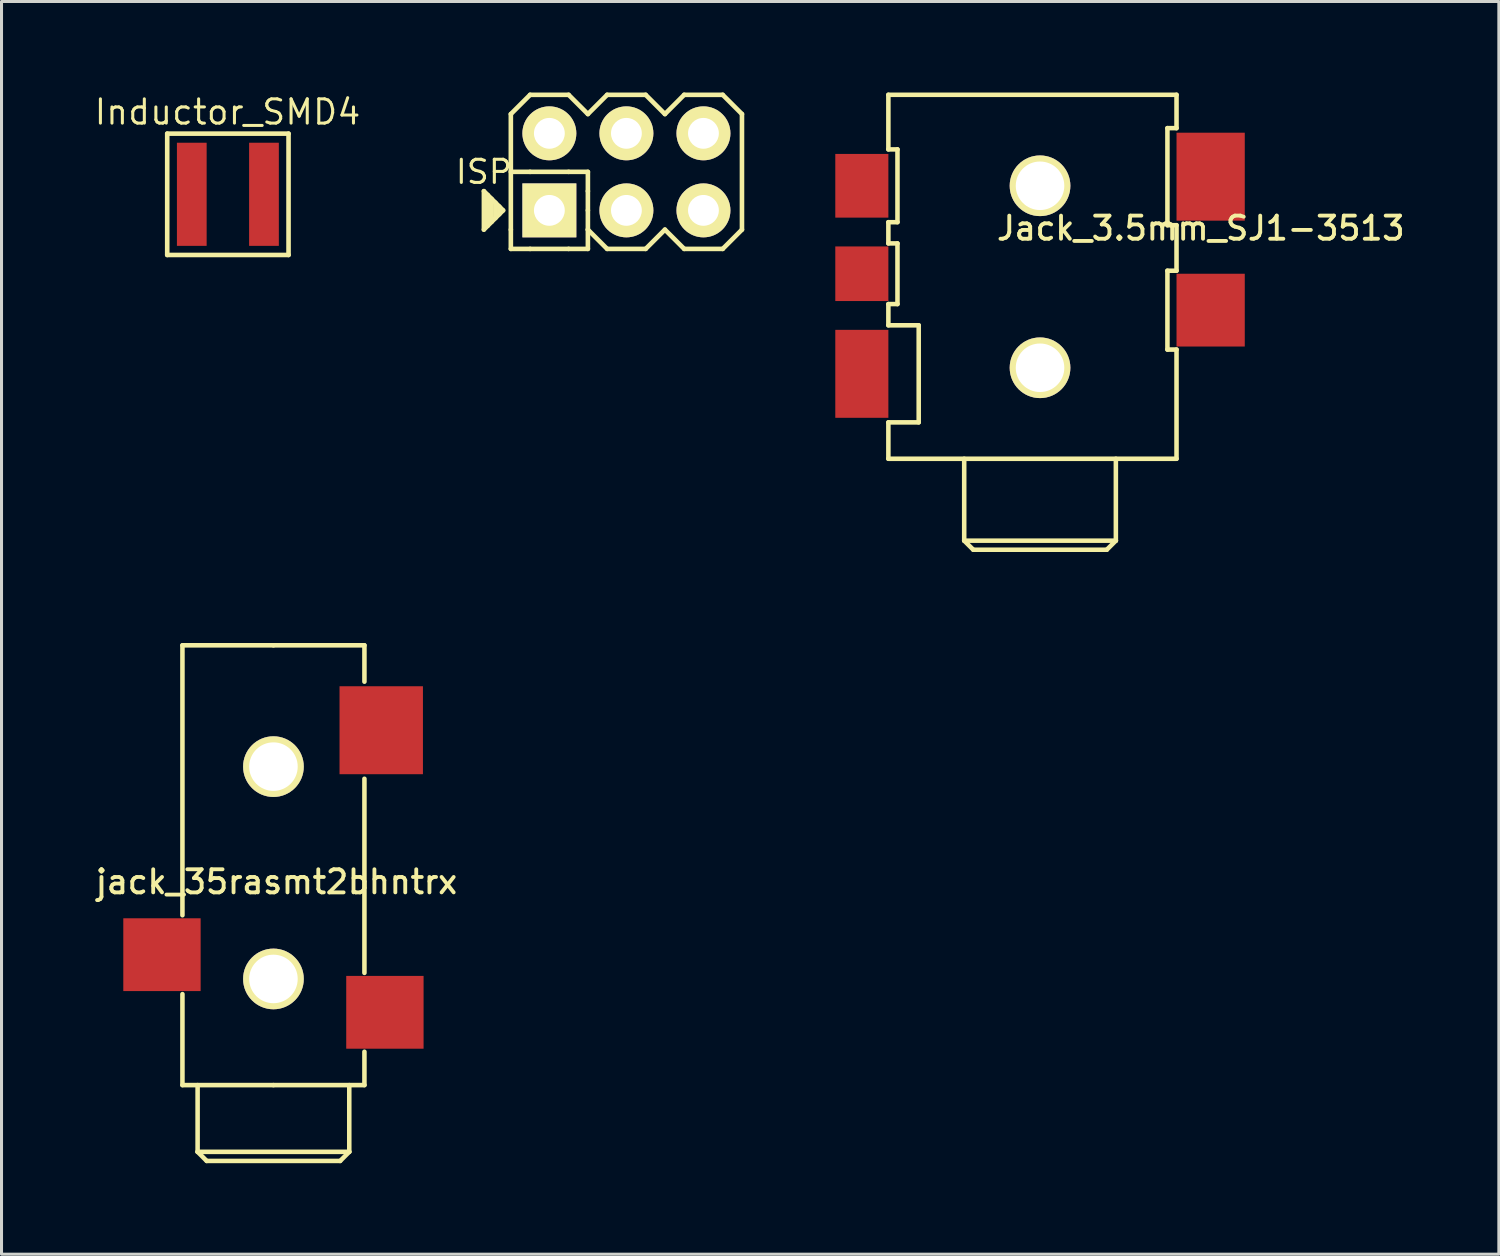
<source format=kicad_pcb>
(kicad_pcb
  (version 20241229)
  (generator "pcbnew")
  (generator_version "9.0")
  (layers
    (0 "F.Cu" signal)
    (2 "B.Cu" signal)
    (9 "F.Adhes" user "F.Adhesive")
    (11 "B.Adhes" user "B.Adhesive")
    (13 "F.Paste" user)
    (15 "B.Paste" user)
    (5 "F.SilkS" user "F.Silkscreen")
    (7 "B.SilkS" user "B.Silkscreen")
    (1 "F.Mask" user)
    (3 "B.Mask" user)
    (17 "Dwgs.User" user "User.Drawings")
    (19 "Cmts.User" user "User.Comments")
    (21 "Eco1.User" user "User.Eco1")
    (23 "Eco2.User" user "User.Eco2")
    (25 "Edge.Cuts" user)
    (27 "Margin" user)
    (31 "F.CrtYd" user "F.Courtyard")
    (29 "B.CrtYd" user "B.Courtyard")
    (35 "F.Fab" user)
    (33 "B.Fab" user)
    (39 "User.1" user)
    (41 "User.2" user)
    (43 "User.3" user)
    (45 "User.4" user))
  (footprint "Jack_3.5mm_SJ1-3513"
    (layer "F.Cu")
    (at 31.239 12.075)
    (property "Reference" "Jack_3.5mm_SJ1-3513" (at 5.3 -7.6 0) (layer "F.SilkS") (effects (font (size 0.762 0.762) (thickness 0.127))))
    (attr through_hole)
    (fp_line (start -5 -12) (end -5 -10.2) (stroke (width 0.15) (type solid)) (layer "F.SilkS"))
    (fp_line (start -5 -7.8) (end -5 -7.1) (stroke (width 0.15) (type solid)) (layer "F.SilkS"))
    (fp_line (start -5 -7.8) (end -4.7 -7.8) (stroke (width 0.15) (type solid)) (layer "F.SilkS"))
    (fp_line (start -5 -5.1) (end -5 -4.4) (stroke (width 0.15) (type solid)) (layer "F.SilkS"))
    (fp_line (start -5 -5.1) (end -4.7 -5.1) (stroke (width 0.15) (type solid)) (layer "F.SilkS"))
    (fp_line (start -5 -1.2) (end -5 0) (stroke (width 0.15) (type solid)) (layer "F.SilkS"))
    (fp_line (start -5 -1.2) (end -4 -1.2) (stroke (width 0.15) (type solid)) (layer "F.SilkS"))
    (fp_line (start -5 0) (end 4.5 0) (stroke (width 0.15) (type solid)) (layer "F.SilkS"))
    (fp_line (start -4.7 -10.2) (end -5 -10.2) (stroke (width 0.15) (type solid)) (layer "F.SilkS"))
    (fp_line (start -4.7 -7.8) (end -4.7 -10.2) (stroke (width 0.15) (type solid)) (layer "F.SilkS"))
    (fp_line (start -4.7 -7.1) (end -5 -7.1) (stroke (width 0.15) (type solid)) (layer "F.SilkS"))
    (fp_line (start -4.7 -5.1) (end -4.7 -7.1) (stroke (width 0.15) (type solid)) (layer "F.SilkS"))
    (fp_line (start -4 -4.4) (end -5 -4.4) (stroke (width 0.15) (type solid)) (layer "F.SilkS"))
    (fp_line (start -4 -1.2) (end -4 -4.4) (stroke (width 0.15) (type solid)) (layer "F.SilkS"))
    (fp_line (start -2.5 2.7) (end -2.5 0) (stroke (width 0.15) (type solid)) (layer "F.SilkS"))
    (fp_line (start -2.5 2.7) (end -2.2 3) (stroke (width 0.15) (type solid)) (layer "F.SilkS"))
    (fp_line (start -2.2 3) (end 2.2 3) (stroke (width 0.15) (type solid)) (layer "F.SilkS"))
    (fp_line (start 2.2 3) (end 2.5 2.7) (stroke (width 0.15) (type solid)) (layer "F.SilkS"))
    (fp_line (start 2.5 2.7) (end -2.5 2.7) (stroke (width 0.15) (type solid)) (layer "F.SilkS"))
    (fp_line (start 2.5 2.7) (end 2.5 0) (stroke (width 0.15) (type solid)) (layer "F.SilkS"))
    (fp_line (start 4.2 -10.9) (end 4.2 -7.7) (stroke (width 0.15) (type solid)) (layer "F.SilkS"))
    (fp_line (start 4.2 -7.7) (end 4.5 -7.7) (stroke (width 0.15) (type solid)) (layer "F.SilkS"))
    (fp_line (start 4.2 -6.2) (end 4.2 -3.6) (stroke (width 0.15) (type solid)) (layer "F.SilkS"))
    (fp_line (start 4.2 -3.6) (end 4.5 -3.6) (stroke (width 0.15) (type solid)) (layer "F.SilkS"))
    (fp_line (start 4.5 -12) (end -5 -12) (stroke (width 0.15) (type solid)) (layer "F.SilkS"))
    (fp_line (start 4.5 -10.9) (end 4.2 -10.9) (stroke (width 0.15) (type solid)) (layer "F.SilkS"))
    (fp_line (start 4.5 -10.9) (end 4.5 -12) (stroke (width 0.15) (type solid)) (layer "F.SilkS"))
    (fp_line (start 4.5 -6.2) (end 4.2 -6.2) (stroke (width 0.15) (type solid)) (layer "F.SilkS"))
    (fp_line (start 4.5 -6.2) (end 4.5 -7.7) (stroke (width 0.15) (type solid)) (layer "F.SilkS"))
    (fp_line (start 4.5 0) (end 4.5 -3.6) (stroke (width 0.15) (type solid)) (layer "F.SilkS"))
    (pad "1" smd rect (at -5.875 -2.8 90) (size 2.9 1.75) (layers "F.Cu" "F.Mask" "F.Paste"))
    (pad "1" thru_hole circle (at 0 -9 90) (size 2 2) (drill 1.6) (layers "*.Cu" "*.Mask" "F.SilkS"))
    (pad "1" thru_hole circle (at 0 -3 90) (size 2 2) (drill 1.6) (layers "*.Cu" "*.Mask" "F.SilkS"))
    (pad "2" smd rect (at 5.625 -9.3 90) (size 2.9 2.25) (layers "F.Cu" "F.Mask" "F.Paste"))
    (pad "3" smd rect (at -5.875 -9 90) (size 2.1 1.75) (layers "F.Cu" "F.Mask" "F.Paste"))
    (pad "4" smd rect (at 5.625 -4.9 90) (size 2.4 2.25) (layers "F.Cu" "F.Mask" "F.Paste"))
    (pad "5" smd rect (at -5.875 -6.1 90) (size 1.8 1.75) (layers "F.Cu" "F.Mask" "F.Paste")))
  (footprint "jack_35rasmt2bhntrx"
    (layer "F.Cu")
    (at 5.965 32.725)
    (property "Reference" "jack_35rasmt2bhntrx" (at 0.1 -6.7 0) (layer "F.SilkS") (effects (font (size 0.762 0.762) (thickness 0.127))))
    (attr through_hole)
    (fp_line (start -3 -14.5) (end -3 -5.6) (stroke (width 0.15) (type solid)) (layer "F.SilkS"))
    (fp_line (start -3 -3) (end -3 0) (stroke (width 0.15) (type solid)) (layer "F.SilkS"))
    (fp_line (start -3 0) (end 0 0) (stroke (width 0.15) (type solid)) (layer "F.SilkS"))
    (fp_line (start -2.5 2.2) (end -2.5 0) (stroke (width 0.15) (type solid)) (layer "F.SilkS"))
    (fp_line (start -2.5 2.2) (end -2.2 2.5) (stroke (width 0.15) (type solid)) (layer "F.SilkS"))
    (fp_line (start 0 -14.5) (end -3 -14.5) (stroke (width 0.15) (type solid)) (layer "F.SilkS"))
    (fp_line (start 0 0) (end 3 0) (stroke (width 0.15) (type solid)) (layer "F.SilkS"))
    (fp_line (start 2.2 2.5) (end -2.2 2.5) (stroke (width 0.15) (type solid)) (layer "F.SilkS"))
    (fp_line (start 2.5 2.2) (end -2.5 2.2) (stroke (width 0.15) (type solid)) (layer "F.SilkS"))
    (fp_line (start 2.5 2.2) (end 2.2 2.5) (stroke (width 0.15) (type solid)) (layer "F.SilkS"))
    (fp_line (start 2.5 2.2) (end 2.5 0) (stroke (width 0.15) (type solid)) (layer "F.SilkS"))
    (fp_line (start 3 -14.5) (end 0 -14.5) (stroke (width 0.15) (type solid)) (layer "F.SilkS"))
    (fp_line (start 3 -13.3) (end 3 -14.5) (stroke (width 0.15) (type solid)) (layer "F.SilkS"))
    (fp_line (start 3 -3.7) (end 3 -10.1) (stroke (width 0.15) (type solid)) (layer "F.SilkS"))
    (fp_line (start 3 0) (end 3 -1.1) (stroke (width 0.15) (type solid)) (layer "F.SilkS"))
    (pad "" thru_hole circle (at 0 -10.5) (size 2 2) (drill 1.6) (layers "*.Cu" "*.Mask" "F.SilkS"))
    (pad "" thru_hole circle (at 0 -3.5) (size 2 2) (drill 1.6) (layers "*.Cu" "*.Mask" "F.SilkS"))
    (pad "1" smd rect (at 3.675 -2.4) (size 2.55 2.4) (layers "F.Cu" "F.Mask" "F.Paste"))
    (pad "2" smd rect (at -3.675 -4.3) (size 2.55 2.4) (layers "F.Cu" "F.Mask" "F.Paste"))
    (pad "3" smd rect (at 3.554 -11.7) (size 2.75 2.9) (layers "F.Cu" "F.Mask" "F.Paste")))
  (footprint "ISP"
    (layer "F.Cu")
    (at 17.602 2.616)
    (property "Reference" "ISP" (at -4.699 0 0) (layer "F.SilkS") (effects (font (size 0.762 0.762) (thickness 0.102))))
    (attr through_hole)
    (fp_line (start -4.699 0.635) (end -4.699 1.905) (stroke (width 0.15) (type solid)) (layer "F.SilkS"))
    (fp_line (start -4.699 1.905) (end -4.064 1.27) (stroke (width 0.15) (type solid)) (layer "F.SilkS"))
    (fp_line (start -4.572 0.762) (end -4.572 1.778) (stroke (width 0.15) (type solid)) (layer "F.SilkS"))
    (fp_line (start -4.445 0.889) (end -4.445 1.651) (stroke (width 0.15) (type solid)) (layer "F.SilkS"))
    (fp_line (start -4.318 1.016) (end -4.318 1.524) (stroke (width 0.15) (type solid)) (layer "F.SilkS"))
    (fp_line (start -4.191 1.143) (end -4.191 1.397) (stroke (width 0.15) (type solid)) (layer "F.SilkS"))
    (fp_line (start -4.064 1.27) (end -4.699 0.635) (stroke (width 0.15) (type solid)) (layer "F.SilkS"))
    (fp_line (start -3.81 -1.905) (end -3.175 -2.54) (stroke (width 0.152) (type solid)) (layer "F.SilkS"))
    (fp_line (start -3.81 1.905) (end -3.81 -1.905) (stroke (width 0.152) (type solid)) (layer "F.SilkS"))
    (fp_line (start -3.81 1.905) (end -3.81 2.54) (stroke (width 0.152) (type solid)) (layer "F.SilkS"))
    (fp_line (start -3.81 2.54) (end -3.175 2.54) (stroke (width 0.152) (type solid)) (layer "F.SilkS"))
    (fp_line (start -3.175 -2.54) (end -1.905 -2.54) (stroke (width 0.152) (type solid)) (layer "F.SilkS"))
    (fp_line (start -3.175 0) (end -3.81 0) (stroke (width 0.152) (type solid)) (layer "F.SilkS"))
    (fp_line (start -1.905 -2.54) (end -1.27 -1.905) (stroke (width 0.152) (type solid)) (layer "F.SilkS"))
    (fp_line (start -1.905 0) (end -3.175 0) (stroke (width 0.152) (type solid)) (layer "F.SilkS"))
    (fp_line (start -1.905 0) (end -1.27 0) (stroke (width 0.152) (type solid)) (layer "F.SilkS"))
    (fp_line (start -1.905 2.54) (end -3.175 2.54) (stroke (width 0.152) (type solid)) (layer "F.SilkS"))
    (fp_line (start -1.27 -1.905) (end -0.635 -2.54) (stroke (width 0.152) (type solid)) (layer "F.SilkS"))
    (fp_line (start -1.27 0) (end -1.27 0.635) (stroke (width 0.152) (type solid)) (layer "F.SilkS"))
    (fp_line (start -1.27 1.27) (end -1.27 0.635) (stroke (width 0.152) (type solid)) (layer "F.SilkS"))
    (fp_line (start -1.27 1.905) (end -1.27 1.27) (stroke (width 0.152) (type solid)) (layer "F.SilkS"))
    (fp_line (start -1.27 1.905) (end -1.27 2.54) (stroke (width 0.152) (type solid)) (layer "F.SilkS"))
    (fp_line (start -1.27 2.54) (end -1.905 2.54) (stroke (width 0.152) (type solid)) (layer "F.SilkS"))
    (fp_line (start -0.635 -2.54) (end 0.635 -2.54) (stroke (width 0.152) (type solid)) (layer "F.SilkS"))
    (fp_line (start -0.635 2.54) (end -1.27 1.905) (stroke (width 0.152) (type solid)) (layer "F.SilkS"))
    (fp_line (start 0.635 -2.54) (end 1.27 -1.905) (stroke (width 0.152) (type solid)) (layer "F.SilkS"))
    (fp_line (start 0.635 2.54) (end -0.635 2.54) (stroke (width 0.152) (type solid)) (layer "F.SilkS"))
    (fp_line (start 1.27 -1.905) (end 1.905 -2.54) (stroke (width 0.152) (type solid)) (layer "F.SilkS"))
    (fp_line (start 1.27 1.905) (end 0.635 2.54) (stroke (width 0.152) (type solid)) (layer "F.SilkS"))
    (fp_line (start 1.905 -2.54) (end 3.175 -2.54) (stroke (width 0.152) (type solid)) (layer "F.SilkS"))
    (fp_line (start 1.905 2.54) (end 1.27 1.905) (stroke (width 0.152) (type solid)) (layer "F.SilkS"))
    (fp_line (start 3.175 -2.54) (end 3.81 -1.905) (stroke (width 0.152) (type solid)) (layer "F.SilkS"))
    (fp_line (start 3.175 2.54) (end 1.905 2.54) (stroke (width 0.152) (type solid)) (layer "F.SilkS"))
    (fp_line (start 3.81 -1.905) (end 3.81 1.905) (stroke (width 0.152) (type solid)) (layer "F.SilkS"))
    (fp_line (start 3.81 1.905) (end 3.175 2.54) (stroke (width 0.152) (type solid)) (layer "F.SilkS"))
    (pad "1" thru_hole rect (at -2.54 1.27) (size 1.778 1.778) (drill 1.016) (layers "*.Cu" "*.Mask" "F.SilkS"))
    (pad "2" thru_hole circle (at -2.54 -1.27) (size 1.778 1.778) (drill 1.016) (layers "*.Cu" "*.Mask" "F.SilkS"))
    (pad "3" thru_hole circle (at 0 1.27) (size 1.778 1.778) (drill 1.016) (layers "*.Cu" "*.Mask" "F.SilkS"))
    (pad "4" thru_hole circle (at 0 -1.27) (size 1.778 1.778) (drill 1.016) (layers "*.Cu" "*.Mask" "F.SilkS"))
    (pad "5" thru_hole circle (at 2.54 1.27) (size 1.778 1.778) (drill 1.016) (layers "*.Cu" "*.Mask" "F.SilkS"))
    (pad "6" thru_hole circle (at 2.54 -1.27) (size 1.778 1.778) (drill 1.016) (layers "*.Cu" "*.Mask" "F.SilkS")))
  (footprint "Inductor_SMD4"
    (layer "F.Cu")
    (at 4.463 3.356)
    (property "Reference" "Inductor_SMD4" (at -0.012 -2.712 0) (layer "F.SilkS") (effects (font (size 0.8 0.8) (thickness 0.1))))
    (attr smd)
    (fp_line (start -2 -2) (end -2 2) (stroke (width 0.152) (type solid)) (layer "F.SilkS"))
    (fp_line (start -2 2) (end 2 2) (stroke (width 0.152) (type solid)) (layer "F.SilkS"))
    (fp_line (start 2 -2) (end -2 -2) (stroke (width 0.152) (type solid)) (layer "F.SilkS"))
    (fp_line (start 2 2) (end 2 -2) (stroke (width 0.152) (type solid)) (layer "F.SilkS"))
    (pad "1" smd rect (at -1.19 0) (size 0.98 3.4) (layers "F.Cu" "F.Mask" "F.Paste"))
    (pad "2" smd rect (at 1.19 0) (size 0.98 3.4) (layers "F.Cu" "F.Mask" "F.Paste")))
  (gr_rect
    (start -3 -3)
    (end 46.366 38.3)
    (stroke (width 0.1) (type default))
    (fill no)
    (layer "Edge.Cuts")))
</source>
